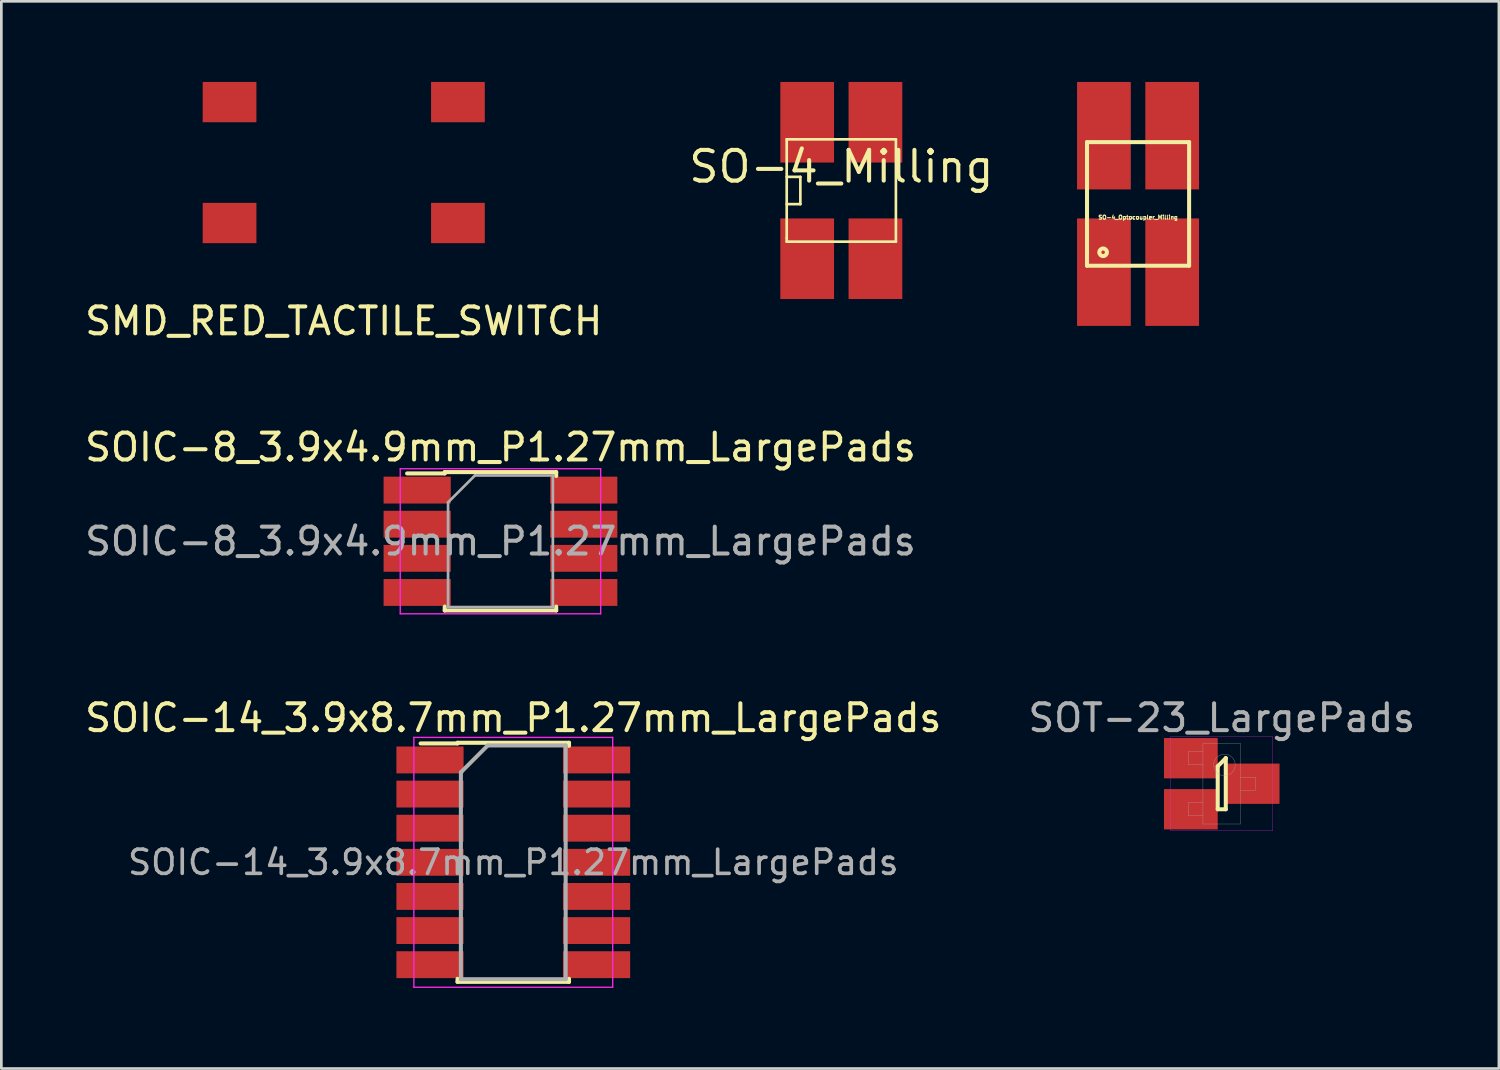
<source format=kicad_pcb>
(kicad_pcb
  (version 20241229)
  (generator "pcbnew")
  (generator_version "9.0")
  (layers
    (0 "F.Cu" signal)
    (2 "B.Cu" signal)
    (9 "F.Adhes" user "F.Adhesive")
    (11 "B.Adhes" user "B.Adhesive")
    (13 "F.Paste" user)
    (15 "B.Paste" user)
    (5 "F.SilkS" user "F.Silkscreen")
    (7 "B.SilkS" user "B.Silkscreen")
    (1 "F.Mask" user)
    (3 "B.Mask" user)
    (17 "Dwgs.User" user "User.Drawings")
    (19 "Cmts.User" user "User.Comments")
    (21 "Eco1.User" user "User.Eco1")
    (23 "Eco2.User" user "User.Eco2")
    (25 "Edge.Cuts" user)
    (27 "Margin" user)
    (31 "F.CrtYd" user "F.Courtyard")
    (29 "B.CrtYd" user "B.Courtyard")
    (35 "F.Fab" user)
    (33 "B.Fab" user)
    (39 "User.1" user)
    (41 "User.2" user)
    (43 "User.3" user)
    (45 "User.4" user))
  (footprint "SOIC-8_3.9x4.9mm_P1.27mm_LargePads"
    (layer "F.Cu")
    (at 15.577 17.096)
    (property "Reference" "SOIC-8_3.9x4.9mm_P1.27mm_LargePads" (at 0 -3.5 0) (layer "F.SilkS") (effects (font (size 1 1) (thickness 0.15))))
    (attr smd)
    (fp_line (start -2.075 -2.575) (end -2.075 -2.525) (stroke (width 0.15) (type solid)) (layer "F.SilkS"))
    (fp_line (start -2.075 -2.575) (end 2.075 -2.575) (stroke (width 0.15) (type solid)) (layer "F.SilkS"))
    (fp_line (start -2.075 -2.525) (end -3.475 -2.525) (stroke (width 0.15) (type solid)) (layer "F.SilkS"))
    (fp_line (start -2.075 2.575) (end -2.075 2.43) (stroke (width 0.15) (type solid)) (layer "F.SilkS"))
    (fp_line (start -2.075 2.575) (end 2.075 2.575) (stroke (width 0.15) (type solid)) (layer "F.SilkS"))
    (fp_line (start 2.075 -2.575) (end 2.075 -2.43) (stroke (width 0.15) (type solid)) (layer "F.SilkS"))
    (fp_line (start 2.075 2.575) (end 2.075 2.43) (stroke (width 0.15) (type solid)) (layer "F.SilkS"))
    (fp_line (start -3.73 -2.7) (end -3.73 2.7) (stroke (width 0.05) (type solid)) (layer "F.CrtYd"))
    (fp_line (start -3.73 -2.7) (end 3.73 -2.7) (stroke (width 0.05) (type solid)) (layer "F.CrtYd"))
    (fp_line (start -3.73 2.7) (end 3.73 2.7) (stroke (width 0.05) (type solid)) (layer "F.CrtYd"))
    (fp_line (start 3.73 -2.7) (end 3.73 2.7) (stroke (width 0.05) (type solid)) (layer "F.CrtYd"))
    (fp_line (start -1.95 -1.45) (end -0.95 -2.45) (stroke (width 0.1) (type solid)) (layer "F.Fab"))
    (fp_line (start -1.95 2.45) (end -1.95 -1.45) (stroke (width 0.1) (type solid)) (layer "F.Fab"))
    (fp_line (start -0.95 -2.45) (end 1.95 -2.45) (stroke (width 0.1) (type solid)) (layer "F.Fab"))
    (fp_line (start 1.95 -2.45) (end 1.95 2.45) (stroke (width 0.1) (type solid)) (layer "F.Fab"))
    (fp_line (start 1.95 2.45) (end -1.95 2.45) (stroke (width 0.1) (type solid)) (layer "F.Fab"))
    (fp_text user "${REFERENCE}" (at 0 0 0) (layer "F.Fab") (effects (font (size 1 1) (thickness 0.15))))
    (pad "1" smd rect (at -3.1 -1.905) (size 2.5 1) (layers "F.Cu" "F.Mask" "F.Paste"))
    (pad "2" smd rect (at -3.1 -0.635) (size 2.5 1) (layers "F.Cu" "F.Mask" "F.Paste"))
    (pad "3" smd rect (at -3.1 0.635) (size 2.5 1) (layers "F.Cu" "F.Mask" "F.Paste"))
    (pad "4" smd rect (at -3.1 1.905) (size 2.5 1) (layers "F.Cu" "F.Mask" "F.Paste"))
    (pad "5" smd rect (at 3.1 1.905) (size 2.5 1) (layers "F.Cu" "F.Mask" "F.Paste"))
    (pad "6" smd rect (at 3.1 0.635) (size 2.5 1) (layers "F.Cu" "F.Mask" "F.Paste"))
    (pad "7" smd rect (at 3.1 -0.635) (size 2.5 1) (layers "F.Cu" "F.Mask" "F.Paste"))
    (pad "8" smd rect (at 3.1 -1.905) (size 2.5 1) (layers "F.Cu" "F.Mask" "F.Paste")))
  (footprint "SOIC-14_3.9x8.7mm_P1.27mm_LargePads"
    (layer "F.Cu")
    (at 16.054 29.045)
    (property "Reference" "SOIC-14_3.9x8.7mm_P1.27mm_LargePads" (at 0 -5.375 0) (layer "F.SilkS") (effects (font (size 1 1) (thickness 0.15))))
    (attr smd)
    (fp_line (start -2.075 -4.45) (end -2.075 -4.425) (stroke (width 0.15) (type solid)) (layer "F.SilkS"))
    (fp_line (start -2.075 -4.45) (end 2.075 -4.45) (stroke (width 0.15) (type solid)) (layer "F.SilkS"))
    (fp_line (start -2.075 -4.425) (end -3.45 -4.425) (stroke (width 0.15) (type solid)) (layer "F.SilkS"))
    (fp_line (start -2.075 4.45) (end -2.075 4.335) (stroke (width 0.15) (type solid)) (layer "F.SilkS"))
    (fp_line (start -2.075 4.45) (end 2.075 4.45) (stroke (width 0.15) (type solid)) (layer "F.SilkS"))
    (fp_line (start 2.075 -4.45) (end 2.075 -4.335) (stroke (width 0.15) (type solid)) (layer "F.SilkS"))
    (fp_line (start 2.075 4.45) (end 2.075 4.335) (stroke (width 0.15) (type solid)) (layer "F.SilkS"))
    (fp_line (start -3.7 -4.65) (end -3.7 4.65) (stroke (width 0.05) (type solid)) (layer "F.CrtYd"))
    (fp_line (start -3.7 -4.65) (end 3.7 -4.65) (stroke (width 0.05) (type solid)) (layer "F.CrtYd"))
    (fp_line (start -3.7 4.65) (end 3.7 4.65) (stroke (width 0.05) (type solid)) (layer "F.CrtYd"))
    (fp_line (start 3.7 -4.65) (end 3.7 4.65) (stroke (width 0.05) (type solid)) (layer "F.CrtYd"))
    (fp_line (start -1.95 -3.35) (end -0.95 -4.35) (stroke (width 0.15) (type solid)) (layer "F.Fab"))
    (fp_line (start -1.95 4.35) (end -1.95 -3.35) (stroke (width 0.15) (type solid)) (layer "F.Fab"))
    (fp_line (start -0.95 -4.35) (end 1.95 -4.35) (stroke (width 0.15) (type solid)) (layer "F.Fab"))
    (fp_line (start 1.95 -4.35) (end 1.95 4.35) (stroke (width 0.15) (type solid)) (layer "F.Fab"))
    (fp_line (start 1.95 4.35) (end -1.95 4.35) (stroke (width 0.15) (type solid)) (layer "F.Fab"))
    (fp_text user "${REFERENCE}" (at 0 0 0) (layer "F.Fab") (effects (font (size 0.9 0.9) (thickness 0.135))))
    (pad "1" smd rect (at -3.1 -3.81) (size 2.5 1) (layers "F.Cu" "F.Mask" "F.Paste"))
    (pad "2" smd rect (at -3.1 -2.54) (size 2.5 1) (layers "F.Cu" "F.Mask" "F.Paste"))
    (pad "3" smd rect (at -3.1 -1.27) (size 2.5 1) (layers "F.Cu" "F.Mask" "F.Paste"))
    (pad "4" smd rect (at -3.1 0) (size 2.5 1) (layers "F.Cu" "F.Mask" "F.Paste"))
    (pad "5" smd rect (at -3.1 1.27) (size 2.5 1) (layers "F.Cu" "F.Mask" "F.Paste"))
    (pad "6" smd rect (at -3.1 2.54) (size 2.5 1) (layers "F.Cu" "F.Mask" "F.Paste"))
    (pad "7" smd rect (at -3.1 3.81) (size 2.5 1) (layers "F.Cu" "F.Mask" "F.Paste"))
    (pad "8" smd rect (at 3.1 3.81) (size 2.5 1) (layers "F.Cu" "F.Mask" "F.Paste"))
    (pad "9" smd rect (at 3.1 2.54) (size 2.5 1) (layers "F.Cu" "F.Mask" "F.Paste"))
    (pad "10" smd rect (at 3.1 1.27) (size 2.5 1) (layers "F.Cu" "F.Mask" "F.Paste"))
    (pad "11" smd rect (at 3.1 0) (size 2.5 1) (layers "F.Cu" "F.Mask" "F.Paste"))
    (pad "12" smd rect (at 3.1 -1.27) (size 2.5 1) (layers "F.Cu" "F.Mask" "F.Paste"))
    (pad "13" smd rect (at 3.1 -2.54) (size 2.5 1) (layers "F.Cu" "F.Mask" "F.Paste"))
    (pad "14" smd rect (at 3.1 -3.81) (size 2.5 1) (layers "F.Cu" "F.Mask" "F.Paste")))
  (footprint "SOT-23_LargePads"
    (layer "F.Cu")
    (at 42.423 26.12)
    (property "Reference" "SOT-23_LargePads" (at 0 -2.45 0) (layer "F.Fab") (effects (font (size 1 1) (thickness 0.15))))
    (attr through_hole)
    (fp_line (start -0.15 -0.65) (end 0.15 -0.95) (stroke (width 0.15) (type solid)) (layer "F.SilkS"))
    (fp_line (start -0.15 0.95) (end -0.15 -0.65) (stroke (width 0.15) (type solid)) (layer "F.SilkS"))
    (fp_line (start 0.15 -0.95) (end 0.15 -0.95) (stroke (width 0.15) (type solid)) (layer "F.SilkS"))
    (fp_line (start 0.15 -0.95) (end 0.15 0.95) (stroke (width 0.15) (type solid)) (layer "F.SilkS"))
    (fp_line (start 0.15 0.95) (end -0.15 0.95) (stroke (width 0.15) (type solid)) (layer "F.SilkS"))
    (fp_line (start -1.9 -1.75) (end 1.9 -1.75) (stroke (width 0.01) (type solid)) (layer "F.CrtYd"))
    (fp_line (start -1.9 1.75) (end -1.9 -1.75) (stroke (width 0.01) (type solid)) (layer "F.CrtYd"))
    (fp_line (start 1.9 -1.75) (end 1.9 1.75) (stroke (width 0.01) (type solid)) (layer "F.CrtYd"))
    (fp_line (start 1.9 1.75) (end -1.9 1.75) (stroke (width 0.01) (type solid)) (layer "F.CrtYd"))
    (fp_line (start -1.25 -1.19) (end -0.7 -1.19) (stroke (width 0.01) (type solid)) (layer "F.Fab"))
    (fp_line (start -1.25 -0.71) (end -1.25 -1.19) (stroke (width 0.01) (type solid)) (layer "F.Fab"))
    (fp_line (start -1.25 0.71) (end -0.7 0.71) (stroke (width 0.01) (type solid)) (layer "F.Fab"))
    (fp_line (start -1.25 1.19) (end -1.25 0.71) (stroke (width 0.01) (type solid)) (layer "F.Fab"))
    (fp_line (start -0.7 -1.5) (end 0.7 -1.5) (stroke (width 0.01) (type solid)) (layer "F.Fab"))
    (fp_line (start -0.7 -0.71) (end -1.25 -0.71) (stroke (width 0.01) (type solid)) (layer "F.Fab"))
    (fp_line (start -0.7 1.19) (end -1.25 1.19) (stroke (width 0.01) (type solid)) (layer "F.Fab"))
    (fp_line (start -0.7 1.5) (end -0.7 -1.5) (stroke (width 0.01) (type solid)) (layer "F.Fab"))
    (fp_line (start 0.7 -1.5) (end 0.7 1.5) (stroke (width 0.01) (type solid)) (layer "F.Fab"))
    (fp_line (start 0.7 -0.24) (end 1.25 -0.24) (stroke (width 0.01) (type solid)) (layer "F.Fab"))
    (fp_line (start 0.7 1.5) (end -0.7 1.5) (stroke (width 0.01) (type solid)) (layer "F.Fab"))
    (fp_line (start 1.25 -0.24) (end 1.25 0.24) (stroke (width 0.01) (type solid)) (layer "F.Fab"))
    (fp_line (start 1.25 0.24) (end 0.7 0.24) (stroke (width 0.01) (type solid)) (layer "F.Fab"))
    (fp_circle (center 0.1 -0.7) (end 0.1 -0.3) (stroke (width 0.01) (type solid)) (fill no) (layer "F.Fab"))
    (pad "1" smd rect (at -1.15 -0.95) (size 2 1.5) (layers "F.Cu" "F.Mask" "F.Paste"))
    (pad "2" smd rect (at -1.15 0.95) (size 2 1.5) (layers "F.Cu" "F.Mask" "F.Paste"))
    (pad "3" smd rect (at 1.15 0) (size 2 1.5) (layers "F.Cu" "F.Mask" "F.Paste")))
  (footprint "SO-4_Milling"
    (layer "F.Cu")
    (at 28.263 4.04)
    (property "Reference" "SO-4_Milling" (at 0 -0.889 0) (layer "F.SilkS") (effects (font (size 1.143 1.143) (thickness 0.152))))
    (attr smd)
    (fp_line (start -2.032 -1.905) (end -2.032 1.778) (stroke (width 0.099) (type solid)) (layer "F.SilkS"))
    (fp_line (start -2.032 -1.905) (end 2.032 -1.905) (stroke (width 0.099) (type solid)) (layer "F.SilkS"))
    (fp_line (start -2.032 -0.508) (end -1.524 -0.508) (stroke (width 0.099) (type solid)) (layer "F.SilkS"))
    (fp_line (start -2.032 1.778) (end -2.032 1.905) (stroke (width 0.099) (type solid)) (layer "F.SilkS"))
    (fp_line (start -2.032 1.905) (end 2.032 1.905) (stroke (width 0.099) (type solid)) (layer "F.SilkS"))
    (fp_line (start -1.524 -0.508) (end -1.524 0.508) (stroke (width 0.099) (type solid)) (layer "F.SilkS"))
    (fp_line (start -1.524 0.508) (end -2.032 0.508) (stroke (width 0.099) (type solid)) (layer "F.SilkS"))
    (fp_line (start 2.032 -1.905) (end 2.032 1.905) (stroke (width 0.099) (type solid)) (layer "F.SilkS"))
    (pad "1" smd rect (at -1.27 2.54) (size 2 3) (layers "F.Cu" "F.Mask" "F.Paste"))
    (pad "2" smd rect (at 1.27 2.54) (size 2 3) (layers "F.Cu" "F.Mask" "F.Paste"))
    (pad "3" smd rect (at 1.27 -2.54) (size 2 3) (layers "F.Cu" "F.Mask" "F.Paste"))
    (pad "4" smd rect (at -1.27 -2.54) (size 2 3) (layers "F.Cu" "F.Mask" "F.Paste")))
  (footprint "SO-4_Optocoupler_Milling"
    (layer "F.Cu")
    (at 39.308 4.54)
    (property "Reference" "SO-4_Optocoupler_Milling" (at 0 0.5 0) (layer "F.SilkS") (effects (font (size 0.15 0.15) (thickness 0.037))))
    (attr through_hole)
    (fp_line (start -1.9 -2.3) (end 1.9 -2.3) (stroke (width 0.15) (type solid)) (layer "F.SilkS"))
    (fp_line (start -1.9 2.3) (end -1.9 -2.3) (stroke (width 0.15) (type solid)) (layer "F.SilkS"))
    (fp_line (start 1.9 -2.3) (end 1.9 2.3) (stroke (width 0.15) (type solid)) (layer "F.SilkS"))
    (fp_line (start 1.9 2.3) (end -1.9 2.3) (stroke (width 0.15) (type solid)) (layer "F.SilkS"))
    (fp_circle (center -1.3 1.8) (end -1.2 1.9) (stroke (width 0.15) (type solid)) (fill no) (layer "F.SilkS"))
    (pad "1" smd rect (at -1.27 2.54) (size 2 4) (layers "F.Cu" "F.Mask" "F.Paste"))
    (pad "3" smd rect (at 1.27 2.54) (size 2 4) (layers "F.Cu" "F.Mask" "F.Paste"))
    (pad "4" smd rect (at 1.27 -2.54) (size 2 4) (layers "F.Cu" "F.Mask" "F.Paste"))
    (pad "6" smd rect (at -1.27 -2.54) (size 2 4) (layers "F.Cu" "F.Mask" "F.Paste")))
  (footprint "SMD_RED_TACTILE_SWITCH"
    (layer "F.Cu")
    (at 9.744 3)
    (property "Reference" "SMD_RED_TACTILE_SWITCH" (at 0 5.9 0) (layer "F.SilkS") (effects (font (size 1 1) (thickness 0.15))))
    (attr through_hole)
    (pad "1" smd rect (at -4.25 -2.25) (size 2 1.5) (layers "F.Cu" "F.Mask" "F.Paste"))
    (pad "1" smd rect (at 4.25 -2.25) (size 2 1.5) (layers "F.Cu" "F.Mask" "F.Paste"))
    (pad "2" smd rect (at -4.25 2.25) (size 2 1.5) (layers "F.Cu" "F.Mask" "F.Paste"))
    (pad "2" smd rect (at 4.25 2.25) (size 2 1.5) (layers "F.Cu" "F.Mask" "F.Paste")))
  (gr_rect
    (start -3 -3)
    (end 52.738 36.72)
    (stroke (width 0.1) (type default))
    (fill no)
    (layer "Edge.Cuts")))
</source>
